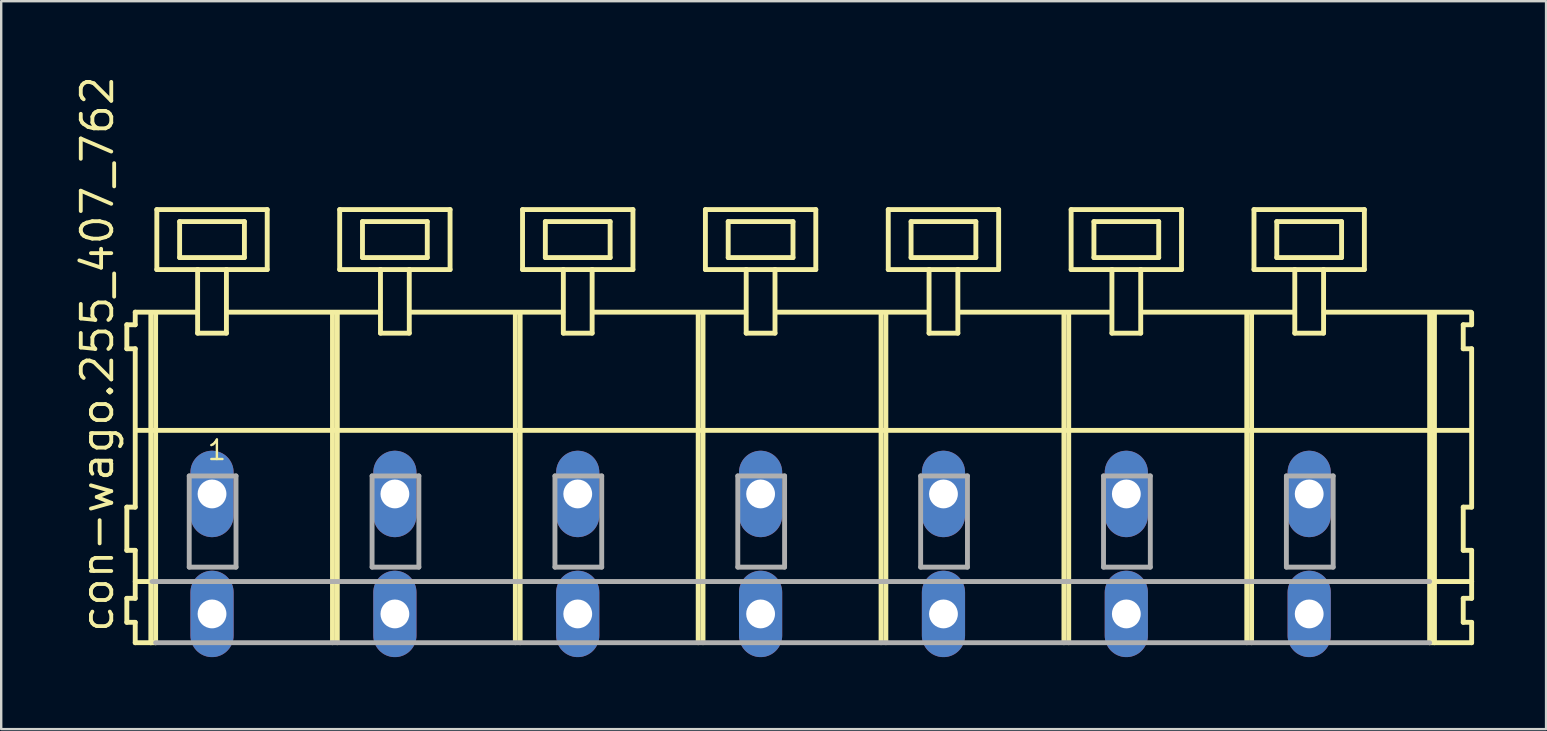
<source format=kicad_pcb>
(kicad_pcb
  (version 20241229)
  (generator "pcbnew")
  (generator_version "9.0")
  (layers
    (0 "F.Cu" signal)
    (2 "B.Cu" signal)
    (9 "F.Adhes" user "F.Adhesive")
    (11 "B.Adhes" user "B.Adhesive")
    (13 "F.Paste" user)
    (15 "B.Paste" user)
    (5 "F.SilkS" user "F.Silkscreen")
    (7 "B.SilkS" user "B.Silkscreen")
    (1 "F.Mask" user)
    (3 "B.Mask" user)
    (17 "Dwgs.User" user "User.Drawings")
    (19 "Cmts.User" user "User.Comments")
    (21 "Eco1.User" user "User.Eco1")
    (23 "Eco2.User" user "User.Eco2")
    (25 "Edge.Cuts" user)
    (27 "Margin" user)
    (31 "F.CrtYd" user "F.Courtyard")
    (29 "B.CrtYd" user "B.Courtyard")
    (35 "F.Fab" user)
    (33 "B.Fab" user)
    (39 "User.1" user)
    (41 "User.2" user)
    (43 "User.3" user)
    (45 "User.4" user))
  (footprint "con-wago.255_407_762"
    (layer "F.Cu")
    (at 26.105 17.533)
    (property "Reference" "con-wago.255_407_762" (at -24.355 5.855 90) (layer "F.SilkS") (effects (font (size 1.27 1.27) (thickness 0.16)) (justify left bottom)))
    (attr through_hole)
    (fp_line (start -23.87 -7.05) (end -23.87 -6.05) (stroke (width 0.203) (type default)) (layer "F.SilkS"))
    (fp_line (start -23.87 -6.05) (end -23.52 -6.05) (stroke (width 0.203) (type default)) (layer "F.SilkS"))
    (fp_line (start -23.87 0.55) (end -23.87 2.35) (stroke (width 0.203) (type default)) (layer "F.SilkS"))
    (fp_line (start -23.87 2.35) (end -23.52 2.35) (stroke (width 0.203) (type default)) (layer "F.SilkS"))
    (fp_line (start -23.87 4.35) (end -23.87 5.35) (stroke (width 0.203) (type default)) (layer "F.SilkS"))
    (fp_line (start -23.87 5.35) (end -23.52 5.35) (stroke (width 0.203) (type default)) (layer "F.SilkS"))
    (fp_line (start -23.52 -7.575) (end -23.52 -7.05) (stroke (width 0.203) (type default)) (layer "F.SilkS"))
    (fp_line (start -23.52 -7.575) (end -20.945 -7.575) (stroke (width 0.203) (type default)) (layer "F.SilkS"))
    (fp_line (start -23.52 -7.05) (end -23.87 -7.05) (stroke (width 0.203) (type default)) (layer "F.SilkS"))
    (fp_line (start -23.52 -6.05) (end -23.52 0.55) (stroke (width 0.203) (type default)) (layer "F.SilkS"))
    (fp_line (start -23.52 0.55) (end -23.87 0.55) (stroke (width 0.203) (type default)) (layer "F.SilkS"))
    (fp_line (start -23.52 2.35) (end -23.52 4.35) (stroke (width 0.203) (type default)) (layer "F.SilkS"))
    (fp_line (start -23.52 3.65) (end -22.82 3.65) (stroke (width 0.203) (type default)) (layer "F.SilkS"))
    (fp_line (start -23.52 4.35) (end -23.87 4.35) (stroke (width 0.203) (type default)) (layer "F.SilkS"))
    (fp_line (start -23.52 5.35) (end -23.52 6.2) (stroke (width 0.203) (type default)) (layer "F.SilkS"))
    (fp_line (start -23.52 6.2) (end -22.87 6.2) (stroke (width 0.203) (type default)) (layer "F.SilkS"))
    (fp_line (start -23.47 -2.65) (end 32.12 -2.65) (stroke (width 0.203) (type default)) (layer "F.SilkS"))
    (fp_line (start -22.87 -7.55) (end -22.87 6.2) (stroke (width 0.203) (type default)) (layer "F.SilkS"))
    (fp_line (start -22.87 6.2) (end -22.67 6.2) (stroke (width 0.203) (type default)) (layer "F.SilkS"))
    (fp_line (start -22.67 -7.55) (end -22.67 6.2) (stroke (width 0.203) (type default)) (layer "F.SilkS"))
    (fp_line (start -22.62 -11.85) (end -22.62 -9.35) (stroke (width 0.203) (type default)) (layer "F.SilkS"))
    (fp_line (start -22.62 -9.35) (end -20.92 -9.35) (stroke (width 0.203) (type default)) (layer "F.SilkS"))
    (fp_line (start -21.67 -11.35) (end -21.67 -9.85) (stroke (width 0.203) (type default)) (layer "F.SilkS"))
    (fp_line (start -21.67 -9.85) (end -18.97 -9.85) (stroke (width 0.203) (type default)) (layer "F.SilkS"))
    (fp_line (start -20.92 -9.35) (end -20.92 -6.7) (stroke (width 0.203) (type default)) (layer "F.SilkS"))
    (fp_line (start -20.92 -9.35) (end -19.72 -9.35) (stroke (width 0.203) (type default)) (layer "F.SilkS"))
    (fp_line (start -20.92 -6.7) (end -19.72 -6.7) (stroke (width 0.203) (type default)) (layer "F.SilkS"))
    (fp_line (start -19.72 -9.35) (end -18.02 -9.35) (stroke (width 0.203) (type default)) (layer "F.SilkS"))
    (fp_line (start -19.72 -6.7) (end -19.72 -9.35) (stroke (width 0.203) (type default)) (layer "F.SilkS"))
    (fp_line (start -19.695 -7.575) (end -13.321 -7.575) (stroke (width 0.203) (type default)) (layer "F.SilkS"))
    (fp_line (start -18.97 -11.35) (end -21.67 -11.35) (stroke (width 0.203) (type default)) (layer "F.SilkS"))
    (fp_line (start -18.97 -9.85) (end -18.97 -11.35) (stroke (width 0.203) (type default)) (layer "F.SilkS"))
    (fp_line (start -18.02 -11.85) (end -22.62 -11.85) (stroke (width 0.203) (type default)) (layer "F.SilkS"))
    (fp_line (start -18.02 -9.35) (end -18.02 -11.85) (stroke (width 0.203) (type default)) (layer "F.SilkS"))
    (fp_line (start -15.3 -7.55) (end -15.3 6.2) (stroke (width 0.203) (type default)) (layer "F.SilkS"))
    (fp_line (start -15.1 -7.55) (end -15.1 6.2) (stroke (width 0.203) (type default)) (layer "F.SilkS"))
    (fp_line (start -15 -11.85) (end -15 -9.35) (stroke (width 0.203) (type default)) (layer "F.SilkS"))
    (fp_line (start -15 -9.35) (end -13.3 -9.35) (stroke (width 0.203) (type default)) (layer "F.SilkS"))
    (fp_line (start -14.05 -11.35) (end -14.05 -9.85) (stroke (width 0.203) (type default)) (layer "F.SilkS"))
    (fp_line (start -14.05 -9.85) (end -11.35 -9.85) (stroke (width 0.203) (type default)) (layer "F.SilkS"))
    (fp_line (start -13.3 -9.35) (end -13.3 -6.7) (stroke (width 0.203) (type default)) (layer "F.SilkS"))
    (fp_line (start -13.3 -9.35) (end -12.1 -9.35) (stroke (width 0.203) (type default)) (layer "F.SilkS"))
    (fp_line (start -13.3 -6.7) (end -12.1 -6.7) (stroke (width 0.203) (type default)) (layer "F.SilkS"))
    (fp_line (start -12.1 -9.35) (end -10.4 -9.35) (stroke (width 0.203) (type default)) (layer "F.SilkS"))
    (fp_line (start -12.1 -6.7) (end -12.1 -9.35) (stroke (width 0.203) (type default)) (layer "F.SilkS"))
    (fp_line (start -12.075 -7.575) (end -5.701 -7.575) (stroke (width 0.203) (type default)) (layer "F.SilkS"))
    (fp_line (start -11.35 -11.35) (end -14.05 -11.35) (stroke (width 0.203) (type default)) (layer "F.SilkS"))
    (fp_line (start -11.35 -9.85) (end -11.35 -11.35) (stroke (width 0.203) (type default)) (layer "F.SilkS"))
    (fp_line (start -10.4 -11.85) (end -15 -11.85) (stroke (width 0.203) (type default)) (layer "F.SilkS"))
    (fp_line (start -10.4 -9.35) (end -10.4 -11.85) (stroke (width 0.203) (type default)) (layer "F.SilkS"))
    (fp_line (start -7.68 -7.55) (end -7.68 6.2) (stroke (width 0.203) (type default)) (layer "F.SilkS"))
    (fp_line (start -7.48 -7.55) (end -7.48 6.2) (stroke (width 0.203) (type default)) (layer "F.SilkS"))
    (fp_line (start -7.38 -11.85) (end -7.38 -9.35) (stroke (width 0.203) (type default)) (layer "F.SilkS"))
    (fp_line (start -7.38 -9.35) (end -5.68 -9.35) (stroke (width 0.203) (type default)) (layer "F.SilkS"))
    (fp_line (start -6.43 -11.35) (end -6.43 -9.85) (stroke (width 0.203) (type default)) (layer "F.SilkS"))
    (fp_line (start -6.43 -9.85) (end -3.73 -9.85) (stroke (width 0.203) (type default)) (layer "F.SilkS"))
    (fp_line (start -5.68 -9.35) (end -5.68 -6.7) (stroke (width 0.203) (type default)) (layer "F.SilkS"))
    (fp_line (start -5.68 -9.35) (end -4.48 -9.35) (stroke (width 0.203) (type default)) (layer "F.SilkS"))
    (fp_line (start -5.68 -6.7) (end -4.48 -6.7) (stroke (width 0.203) (type default)) (layer "F.SilkS"))
    (fp_line (start -4.48 -9.35) (end -2.78 -9.35) (stroke (width 0.203) (type default)) (layer "F.SilkS"))
    (fp_line (start -4.48 -6.7) (end -4.48 -9.35) (stroke (width 0.203) (type default)) (layer "F.SilkS"))
    (fp_line (start -4.455 -7.575) (end 1.919 -7.575) (stroke (width 0.203) (type default)) (layer "F.SilkS"))
    (fp_line (start -3.73 -11.35) (end -6.43 -11.35) (stroke (width 0.203) (type default)) (layer "F.SilkS"))
    (fp_line (start -3.73 -9.85) (end -3.73 -11.35) (stroke (width 0.203) (type default)) (layer "F.SilkS"))
    (fp_line (start -2.78 -11.85) (end -7.38 -11.85) (stroke (width 0.203) (type default)) (layer "F.SilkS"))
    (fp_line (start -2.78 -9.35) (end -2.78 -11.85) (stroke (width 0.203) (type default)) (layer "F.SilkS"))
    (fp_line (start -0.06 -7.55) (end -0.06 6.2) (stroke (width 0.203) (type default)) (layer "F.SilkS"))
    (fp_line (start 0.14 -7.55) (end 0.14 6.2) (stroke (width 0.203) (type default)) (layer "F.SilkS"))
    (fp_line (start 0.24 -11.85) (end 0.24 -9.35) (stroke (width 0.203) (type default)) (layer "F.SilkS"))
    (fp_line (start 0.24 -9.35) (end 1.94 -9.35) (stroke (width 0.203) (type default)) (layer "F.SilkS"))
    (fp_line (start 1.19 -11.35) (end 1.19 -9.85) (stroke (width 0.203) (type default)) (layer "F.SilkS"))
    (fp_line (start 1.19 -9.85) (end 3.89 -9.85) (stroke (width 0.203) (type default)) (layer "F.SilkS"))
    (fp_line (start 1.94 -9.35) (end 1.94 -6.7) (stroke (width 0.203) (type default)) (layer "F.SilkS"))
    (fp_line (start 1.94 -9.35) (end 3.14 -9.35) (stroke (width 0.203) (type default)) (layer "F.SilkS"))
    (fp_line (start 1.94 -6.7) (end 3.14 -6.7) (stroke (width 0.203) (type default)) (layer "F.SilkS"))
    (fp_line (start 3.14 -9.35) (end 4.84 -9.35) (stroke (width 0.203) (type default)) (layer "F.SilkS"))
    (fp_line (start 3.14 -6.7) (end 3.14 -9.35) (stroke (width 0.203) (type default)) (layer "F.SilkS"))
    (fp_line (start 3.165 -7.575) (end 9.539 -7.575) (stroke (width 0.203) (type default)) (layer "F.SilkS"))
    (fp_line (start 3.89 -11.35) (end 1.19 -11.35) (stroke (width 0.203) (type default)) (layer "F.SilkS"))
    (fp_line (start 3.89 -9.85) (end 3.89 -11.35) (stroke (width 0.203) (type default)) (layer "F.SilkS"))
    (fp_line (start 4.84 -11.85) (end 0.24 -11.85) (stroke (width 0.203) (type default)) (layer "F.SilkS"))
    (fp_line (start 4.84 -9.35) (end 4.84 -11.85) (stroke (width 0.203) (type default)) (layer "F.SilkS"))
    (fp_line (start 7.56 -7.55) (end 7.56 6.2) (stroke (width 0.203) (type default)) (layer "F.SilkS"))
    (fp_line (start 7.76 -7.55) (end 7.76 6.2) (stroke (width 0.203) (type default)) (layer "F.SilkS"))
    (fp_line (start 7.86 -11.85) (end 7.86 -9.35) (stroke (width 0.203) (type default)) (layer "F.SilkS"))
    (fp_line (start 7.86 -9.35) (end 9.56 -9.35) (stroke (width 0.203) (type default)) (layer "F.SilkS"))
    (fp_line (start 8.81 -11.35) (end 8.81 -9.85) (stroke (width 0.203) (type default)) (layer "F.SilkS"))
    (fp_line (start 8.81 -9.85) (end 11.51 -9.85) (stroke (width 0.203) (type default)) (layer "F.SilkS"))
    (fp_line (start 9.56 -9.35) (end 9.56 -6.7) (stroke (width 0.203) (type default)) (layer "F.SilkS"))
    (fp_line (start 9.56 -9.35) (end 10.76 -9.35) (stroke (width 0.203) (type default)) (layer "F.SilkS"))
    (fp_line (start 9.56 -6.7) (end 10.76 -6.7) (stroke (width 0.203) (type default)) (layer "F.SilkS"))
    (fp_line (start 10.76 -9.35) (end 12.46 -9.35) (stroke (width 0.203) (type default)) (layer "F.SilkS"))
    (fp_line (start 10.76 -6.7) (end 10.76 -9.35) (stroke (width 0.203) (type default)) (layer "F.SilkS"))
    (fp_line (start 10.785 -7.575) (end 17.159 -7.575) (stroke (width 0.203) (type default)) (layer "F.SilkS"))
    (fp_line (start 11.51 -11.35) (end 8.81 -11.35) (stroke (width 0.203) (type default)) (layer "F.SilkS"))
    (fp_line (start 11.51 -9.85) (end 11.51 -11.35) (stroke (width 0.203) (type default)) (layer "F.SilkS"))
    (fp_line (start 12.46 -11.85) (end 7.86 -11.85) (stroke (width 0.203) (type default)) (layer "F.SilkS"))
    (fp_line (start 12.46 -9.35) (end 12.46 -11.85) (stroke (width 0.203) (type default)) (layer "F.SilkS"))
    (fp_line (start 15.18 -7.55) (end 15.18 6.2) (stroke (width 0.203) (type default)) (layer "F.SilkS"))
    (fp_line (start 15.38 -7.55) (end 15.38 6.2) (stroke (width 0.203) (type default)) (layer "F.SilkS"))
    (fp_line (start 15.48 -11.85) (end 15.48 -9.35) (stroke (width 0.203) (type default)) (layer "F.SilkS"))
    (fp_line (start 15.48 -9.35) (end 17.18 -9.35) (stroke (width 0.203) (type default)) (layer "F.SilkS"))
    (fp_line (start 16.43 -11.35) (end 16.43 -9.85) (stroke (width 0.203) (type default)) (layer "F.SilkS"))
    (fp_line (start 16.43 -9.85) (end 19.13 -9.85) (stroke (width 0.203) (type default)) (layer "F.SilkS"))
    (fp_line (start 17.18 -9.35) (end 17.18 -6.7) (stroke (width 0.203) (type default)) (layer "F.SilkS"))
    (fp_line (start 17.18 -9.35) (end 18.38 -9.35) (stroke (width 0.203) (type default)) (layer "F.SilkS"))
    (fp_line (start 17.18 -6.7) (end 18.38 -6.7) (stroke (width 0.203) (type default)) (layer "F.SilkS"))
    (fp_line (start 18.38 -9.35) (end 20.08 -9.35) (stroke (width 0.203) (type default)) (layer "F.SilkS"))
    (fp_line (start 18.38 -6.7) (end 18.38 -9.35) (stroke (width 0.203) (type default)) (layer "F.SilkS"))
    (fp_line (start 18.405 -7.575) (end 24.779 -7.575) (stroke (width 0.203) (type default)) (layer "F.SilkS"))
    (fp_line (start 19.13 -11.35) (end 16.43 -11.35) (stroke (width 0.203) (type default)) (layer "F.SilkS"))
    (fp_line (start 19.13 -9.85) (end 19.13 -11.35) (stroke (width 0.203) (type default)) (layer "F.SilkS"))
    (fp_line (start 20.08 -11.85) (end 15.48 -11.85) (stroke (width 0.203) (type default)) (layer "F.SilkS"))
    (fp_line (start 20.08 -9.35) (end 20.08 -11.85) (stroke (width 0.203) (type default)) (layer "F.SilkS"))
    (fp_line (start 22.8 -7.55) (end 22.8 6.2) (stroke (width 0.203) (type default)) (layer "F.SilkS"))
    (fp_line (start 23 -7.55) (end 23 6.2) (stroke (width 0.203) (type default)) (layer "F.SilkS"))
    (fp_line (start 23.1 -11.85) (end 23.1 -9.35) (stroke (width 0.203) (type default)) (layer "F.SilkS"))
    (fp_line (start 23.1 -9.35) (end 24.8 -9.35) (stroke (width 0.203) (type default)) (layer "F.SilkS"))
    (fp_line (start 24.05 -11.35) (end 24.05 -9.85) (stroke (width 0.203) (type default)) (layer "F.SilkS"))
    (fp_line (start 24.05 -9.85) (end 26.75 -9.85) (stroke (width 0.203) (type default)) (layer "F.SilkS"))
    (fp_line (start 24.8 -9.35) (end 24.8 -6.7) (stroke (width 0.203) (type default)) (layer "F.SilkS"))
    (fp_line (start 24.8 -9.35) (end 26 -9.35) (stroke (width 0.203) (type default)) (layer "F.SilkS"))
    (fp_line (start 24.8 -6.7) (end 26 -6.7) (stroke (width 0.203) (type default)) (layer "F.SilkS"))
    (fp_line (start 26 -9.35) (end 27.7 -9.35) (stroke (width 0.203) (type default)) (layer "F.SilkS"))
    (fp_line (start 26 -6.7) (end 26 -9.35) (stroke (width 0.203) (type default)) (layer "F.SilkS"))
    (fp_line (start 26.025 -7.575) (end 32.145 -7.575) (stroke (width 0.203) (type default)) (layer "F.SilkS"))
    (fp_line (start 26.75 -11.35) (end 24.05 -11.35) (stroke (width 0.203) (type default)) (layer "F.SilkS"))
    (fp_line (start 26.75 -9.85) (end 26.75 -11.35) (stroke (width 0.203) (type default)) (layer "F.SilkS"))
    (fp_line (start 27.7 -11.85) (end 23.1 -11.85) (stroke (width 0.203) (type default)) (layer "F.SilkS"))
    (fp_line (start 27.7 -9.35) (end 27.7 -11.85) (stroke (width 0.203) (type default)) (layer "F.SilkS"))
    (fp_line (start 30.42 -7.55) (end 30.42 6.2) (stroke (width 0.203) (type default)) (layer "F.SilkS"))
    (fp_line (start 30.42 6.2) (end 32.17 6.2) (stroke (width 0.203) (type default)) (layer "F.SilkS"))
    (fp_line (start 30.47 3.65) (end 32.17 3.65) (stroke (width 0.203) (type default)) (layer "F.SilkS"))
    (fp_line (start 30.62 -7.55) (end 30.62 6.2) (stroke (width 0.203) (type default)) (layer "F.SilkS"))
    (fp_line (start 31.82 -7.05) (end 31.82 -6.05) (stroke (width 0.203) (type default)) (layer "F.SilkS"))
    (fp_line (start 31.82 -6.05) (end 32.17 -6.05) (stroke (width 0.203) (type default)) (layer "F.SilkS"))
    (fp_line (start 31.82 0.55) (end 31.82 2.35) (stroke (width 0.203) (type default)) (layer "F.SilkS"))
    (fp_line (start 31.82 2.35) (end 32.17 2.35) (stroke (width 0.203) (type default)) (layer "F.SilkS"))
    (fp_line (start 31.82 4.35) (end 31.82 5.35) (stroke (width 0.203) (type default)) (layer "F.SilkS"))
    (fp_line (start 31.82 5.35) (end 32.17 5.35) (stroke (width 0.203) (type default)) (layer "F.SilkS"))
    (fp_line (start 32.17 -7.05) (end 31.82 -7.05) (stroke (width 0.203) (type default)) (layer "F.SilkS"))
    (fp_line (start 32.17 -7.05) (end 32.17 -7.55) (stroke (width 0.203) (type default)) (layer "F.SilkS"))
    (fp_line (start 32.17 0.55) (end 31.82 0.55) (stroke (width 0.203) (type default)) (layer "F.SilkS"))
    (fp_line (start 32.17 0.55) (end 32.17 -6.05) (stroke (width 0.203) (type default)) (layer "F.SilkS"))
    (fp_line (start 32.17 3.65) (end 32.17 2.35) (stroke (width 0.203) (type default)) (layer "F.SilkS"))
    (fp_line (start 32.17 4.35) (end 31.82 4.35) (stroke (width 0.203) (type default)) (layer "F.SilkS"))
    (fp_line (start 32.17 4.35) (end 32.17 3.65) (stroke (width 0.203) (type default)) (layer "F.SilkS"))
    (fp_line (start 32.17 6.2) (end 32.17 5.35) (stroke (width 0.203) (type default)) (layer "F.SilkS"))
    (fp_line (start -22.82 3.65) (end 30.42 3.65) (stroke (width 0.203) (type default)) (layer "F.Fab"))
    (fp_line (start -22.67 6.2) (end 30.42 6.2) (stroke (width 0.203) (type default)) (layer "F.Fab"))
    (fp_line (start -21.27 -0.75) (end -21.27 3.05) (stroke (width 0.203) (type default)) (layer "F.Fab"))
    (fp_line (start -21.27 3.05) (end -19.32 3.05) (stroke (width 0.203) (type default)) (layer "F.Fab"))
    (fp_line (start -19.32 -0.75) (end -21.27 -0.75) (stroke (width 0.203) (type default)) (layer "F.Fab"))
    (fp_line (start -19.32 3.05) (end -19.32 -0.75) (stroke (width 0.203) (type default)) (layer "F.Fab"))
    (fp_line (start -13.65 -0.75) (end -13.65 3.05) (stroke (width 0.203) (type default)) (layer "F.Fab"))
    (fp_line (start -13.65 3.05) (end -11.7 3.05) (stroke (width 0.203) (type default)) (layer "F.Fab"))
    (fp_line (start -11.7 -0.75) (end -13.65 -0.75) (stroke (width 0.203) (type default)) (layer "F.Fab"))
    (fp_line (start -11.7 3.05) (end -11.7 -0.75) (stroke (width 0.203) (type default)) (layer "F.Fab"))
    (fp_line (start -6.03 -0.75) (end -6.03 3.05) (stroke (width 0.203) (type default)) (layer "F.Fab"))
    (fp_line (start -6.03 3.05) (end -4.08 3.05) (stroke (width 0.203) (type default)) (layer "F.Fab"))
    (fp_line (start -4.08 -0.75) (end -6.03 -0.75) (stroke (width 0.203) (type default)) (layer "F.Fab"))
    (fp_line (start -4.08 3.05) (end -4.08 -0.75) (stroke (width 0.203) (type default)) (layer "F.Fab"))
    (fp_line (start 1.59 -0.75) (end 1.59 3.05) (stroke (width 0.203) (type default)) (layer "F.Fab"))
    (fp_line (start 1.59 3.05) (end 3.54 3.05) (stroke (width 0.203) (type default)) (layer "F.Fab"))
    (fp_line (start 3.54 -0.75) (end 1.59 -0.75) (stroke (width 0.203) (type default)) (layer "F.Fab"))
    (fp_line (start 3.54 3.05) (end 3.54 -0.75) (stroke (width 0.203) (type default)) (layer "F.Fab"))
    (fp_line (start 9.21 -0.75) (end 9.21 3.05) (stroke (width 0.203) (type default)) (layer "F.Fab"))
    (fp_line (start 9.21 3.05) (end 11.16 3.05) (stroke (width 0.203) (type default)) (layer "F.Fab"))
    (fp_line (start 11.16 -0.75) (end 9.21 -0.75) (stroke (width 0.203) (type default)) (layer "F.Fab"))
    (fp_line (start 11.16 3.05) (end 11.16 -0.75) (stroke (width 0.203) (type default)) (layer "F.Fab"))
    (fp_line (start 16.83 -0.75) (end 16.83 3.05) (stroke (width 0.203) (type default)) (layer "F.Fab"))
    (fp_line (start 16.83 3.05) (end 18.78 3.05) (stroke (width 0.203) (type default)) (layer "F.Fab"))
    (fp_line (start 18.78 -0.75) (end 16.83 -0.75) (stroke (width 0.203) (type default)) (layer "F.Fab"))
    (fp_line (start 18.78 3.05) (end 18.78 -0.75) (stroke (width 0.203) (type default)) (layer "F.Fab"))
    (fp_line (start 24.45 -0.75) (end 24.45 3.05) (stroke (width 0.203) (type default)) (layer "F.Fab"))
    (fp_line (start 24.45 3.05) (end 26.4 3.05) (stroke (width 0.203) (type default)) (layer "F.Fab"))
    (fp_line (start 26.4 -0.75) (end 24.45 -0.75) (stroke (width 0.203) (type default)) (layer "F.Fab"))
    (fp_line (start 26.4 3.05) (end 26.4 -0.75) (stroke (width 0.203) (type default)) (layer "F.Fab"))
    (fp_text user "1" (at -20.57 -1.35 0) (layer "F.SilkS") (effects (font (size 0.813 0.813) (thickness 0.1)) (justify left bottom)))
    (pad "A1" thru_hole oval (at -20.32 0 90) (size 3.6 1.8) (drill 1.2) (layers "*.Cu" "*.Mask"))
    (pad "A2" thru_hole oval (at -12.7 0 90) (size 3.6 1.8) (drill 1.2) (layers "*.Cu" "*.Mask"))
    (pad "A3" thru_hole oval (at -5.08 0 90) (size 3.6 1.8) (drill 1.2) (layers "*.Cu" "*.Mask"))
    (pad "A4" thru_hole oval (at 2.54 0 90) (size 3.6 1.8) (drill 1.2) (layers "*.Cu" "*.Mask"))
    (pad "A5" thru_hole oval (at 10.16 0 90) (size 3.6 1.8) (drill 1.2) (layers "*.Cu" "*.Mask"))
    (pad "A6" thru_hole oval (at 17.78 0 90) (size 3.6 1.8) (drill 1.2) (layers "*.Cu" "*.Mask"))
    (pad "A7" thru_hole oval (at 25.4 0 90) (size 3.6 1.8) (drill 1.2) (layers "*.Cu" "*.Mask"))
    (pad "B1" thru_hole oval (at -20.32 5 90) (size 3.6 1.8) (drill 1.2) (layers "*.Cu" "*.Mask"))
    (pad "B2" thru_hole oval (at -12.7 5 90) (size 3.6 1.8) (drill 1.2) (layers "*.Cu" "*.Mask"))
    (pad "B3" thru_hole oval (at -5.08 5 90) (size 3.6 1.8) (drill 1.2) (layers "*.Cu" "*.Mask"))
    (pad "B4" thru_hole oval (at 2.54 5 90) (size 3.6 1.8) (drill 1.2) (layers "*.Cu" "*.Mask"))
    (pad "B5" thru_hole oval (at 10.16 5 90) (size 3.6 1.8) (drill 1.2) (layers "*.Cu" "*.Mask"))
    (pad "B6" thru_hole oval (at 17.78 5 90) (size 3.6 1.8) (drill 1.2) (layers "*.Cu" "*.Mask"))
    (pad "B7" thru_hole oval (at 25.4 5 90) (size 3.6 1.8) (drill 1.2) (layers "*.Cu" "*.Mask")))
  (gr_rect
    (start -3 -3)
    (end 61.377 27.333)
    (stroke (width 0.1) (type default))
    (fill no)
    (layer "Edge.Cuts")))
</source>
